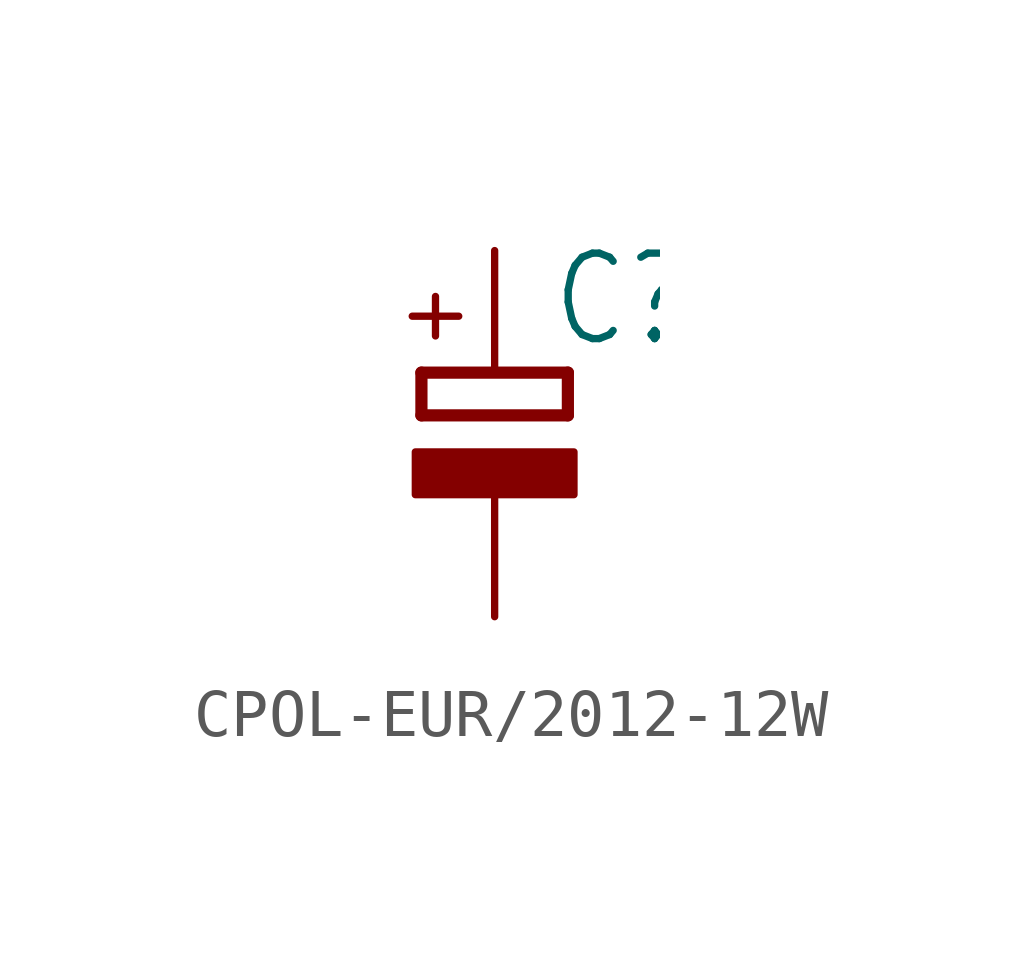
<source format=kicad_sym>
(kicad_symbol_lib
  (version 20241209)
  (generator "kicad_symbol_editor")
  (generator_version "9.0")
  (symbol "CPOL-EUR/2012-12W"
    (property "Reference" "C"
      (at 1.143 0.483 0)
      (effects (font (size 1.778 1.511)) (justify left bottom)))
    (property "Value" ""
      (at 1.143 -4.597 0)
      (effects (font (size 1.778 1.511)) (justify left bottom)))
    (property "ki_locked" ""
      (at 0 0 0)
      (effects (font (size 1.27 1.27))))
    (symbol "CPOL-EUR/2012-12W_1_0"
      (rectangle (start -1.651 -2.54) (end 1.651 -1.651) (stroke (width 0) (type default)) (fill (type outline)))
      (polyline (pts (xy -1.524 0) (xy -1.524 -0.889)) (stroke (width 0.254) (type solid)) (fill (type none)))
      (polyline (pts (xy -1.524 0) (xy 1.524 0)) (stroke (width 0.254) (type solid)) (fill (type none)))
      (polyline (pts (xy -1.524 -0.889) (xy 1.524 -0.889)) (stroke (width 0.254) (type solid)) (fill (type none)))
      (polyline (pts (xy 1.524 -0.889) (xy 1.524 0)) (stroke (width 0.254) (type solid)) (fill (type none)))
      (text "+" (at -0.584 0.406 900) (effects (font (size 1.27 1.079)) (justify left bottom)))
      (pin passive line (at 0 2.54 270) (length 2.54) (name "+" (effects (font (size 0 0)))) (number "+" (effects (font (size 0 0)))))
      (pin passive line (at 0 -5.08 90) (length 2.54) (name "-" (effects (font (size 0 0)))) (number "-" (effects (font (size 0 0))))))))
</source>
